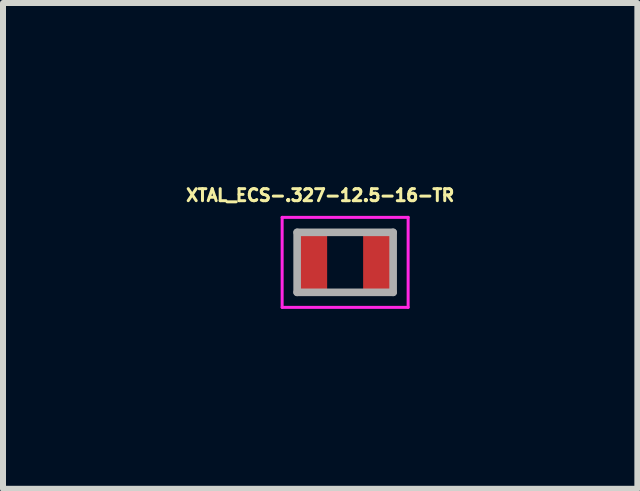
<source format=kicad_pcb>
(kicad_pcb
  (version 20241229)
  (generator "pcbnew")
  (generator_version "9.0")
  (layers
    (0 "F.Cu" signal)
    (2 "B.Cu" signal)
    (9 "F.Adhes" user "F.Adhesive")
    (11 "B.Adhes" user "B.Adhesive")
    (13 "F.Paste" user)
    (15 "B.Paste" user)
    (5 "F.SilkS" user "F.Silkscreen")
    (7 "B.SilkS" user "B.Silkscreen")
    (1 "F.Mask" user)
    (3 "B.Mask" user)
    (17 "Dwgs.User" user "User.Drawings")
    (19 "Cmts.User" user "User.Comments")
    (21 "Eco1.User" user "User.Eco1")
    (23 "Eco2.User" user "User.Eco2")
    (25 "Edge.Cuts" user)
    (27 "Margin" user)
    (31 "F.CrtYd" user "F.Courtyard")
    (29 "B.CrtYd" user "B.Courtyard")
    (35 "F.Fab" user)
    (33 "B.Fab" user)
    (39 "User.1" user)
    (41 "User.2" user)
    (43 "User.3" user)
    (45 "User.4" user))
  (footprint "XTAL_ECS-.327-12.5-16-TR"
    (layer "F.Cu")
    (at 2.703 1.323)
    (property "Reference" "XTAL_ECS-.327-12.5-16-TR" (at -0.416 -1.118 0) (layer "F.SilkS") (effects (font (size 0.2 0.2) (thickness 0.15))))
    (attr smd)
    (fp_line (start -1.05 -0.75) (end -1.05 0.75) (stroke (width 0.05) (type solid)) (layer "F.CrtYd"))
    (fp_line (start -1.05 0.75) (end 1.05 0.75) (stroke (width 0.05) (type solid)) (layer "F.CrtYd"))
    (fp_line (start 1.05 -0.75) (end -1.05 -0.75) (stroke (width 0.05) (type solid)) (layer "F.CrtYd"))
    (fp_line (start 1.05 0.75) (end 1.05 -0.75) (stroke (width 0.05) (type solid)) (layer "F.CrtYd"))
    (fp_line (start -0.8 -0.5) (end -0.8 0.5) (stroke (width 0.127) (type solid)) (layer "F.Fab"))
    (fp_line (start -0.8 0.5) (end 0.8 0.5) (stroke (width 0.127) (type solid)) (layer "F.Fab"))
    (fp_line (start 0.8 -0.5) (end -0.8 -0.5) (stroke (width 0.127) (type solid)) (layer "F.Fab"))
    (fp_line (start 0.8 0.5) (end 0.8 -0.5) (stroke (width 0.127) (type solid)) (layer "F.Fab"))
    (pad "1" smd rect (at -0.55 0) (size 0.5 1) (layers "F.Cu" "F.Mask" "F.Paste"))
    (pad "2" smd rect (at 0.55 0) (size 0.5 1) (layers "F.Cu" "F.Mask" "F.Paste")))
  (gr_rect
    (start -3 -3)
    (end 7.574 5.098)
    (stroke (width 0.1) (type default))
    (fill no)
    (layer "Edge.Cuts")))
</source>
